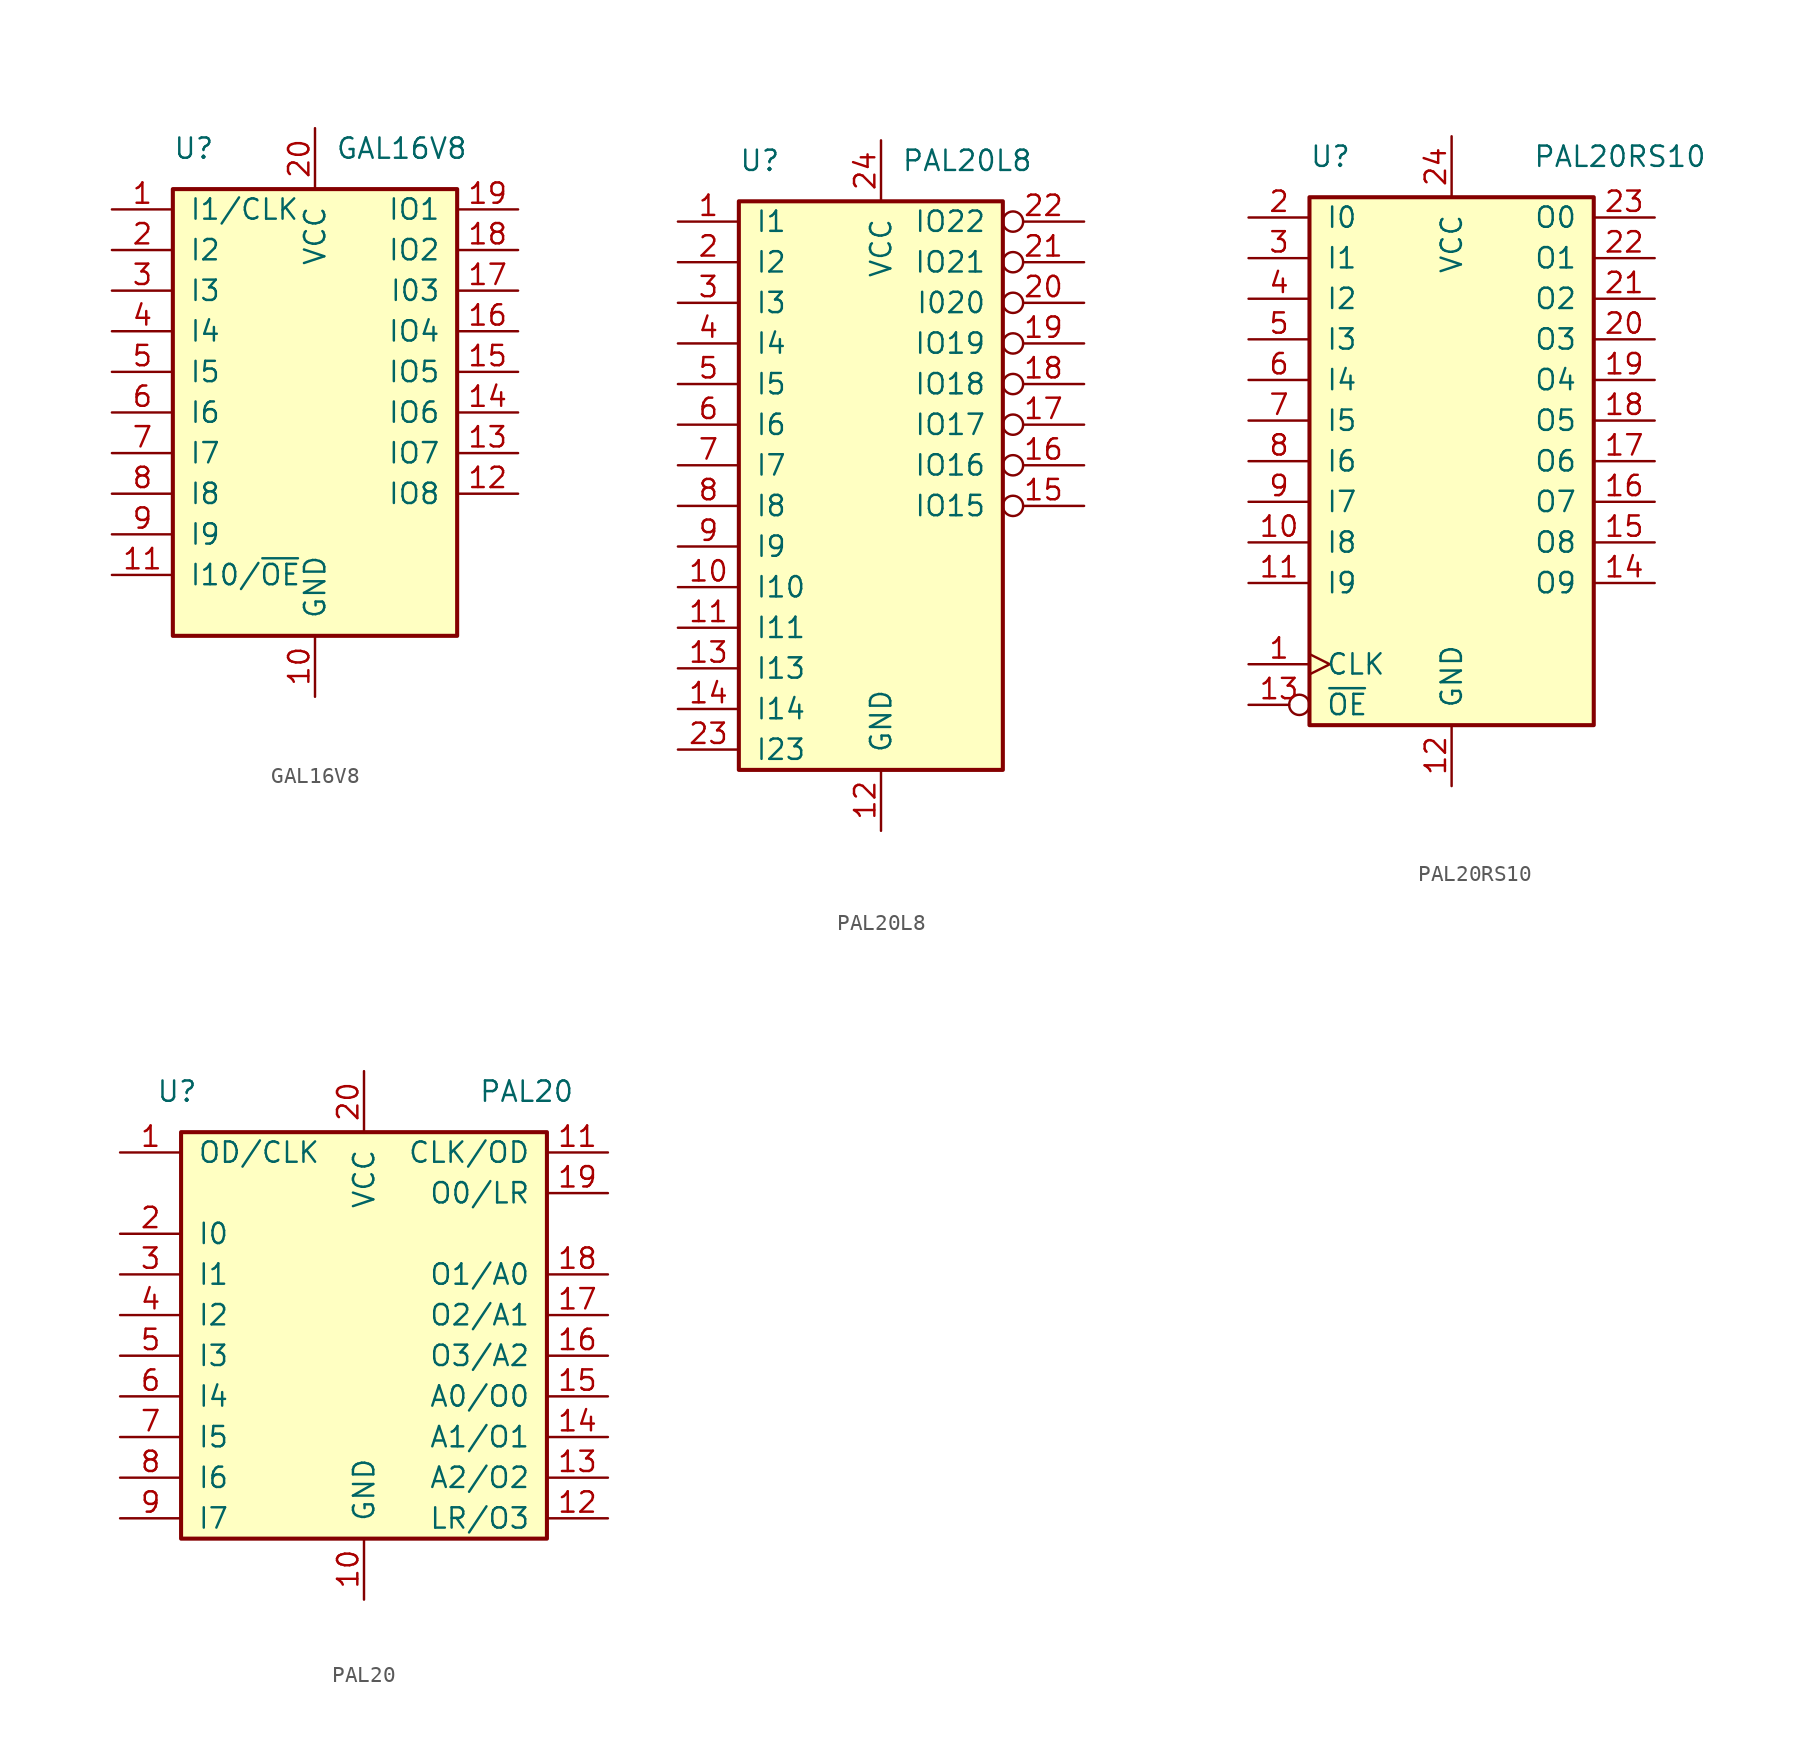
<source format=kicad_sym>
(kicad_symbol_lib
  (version 20201005)
  (generator kicad_symbol_editor)
  (symbol "GAL16V8"
    (pin_names
      (offset 1.016))
    (property "Reference" "U"
      (at -8.89 16.51 0)
      (effects (font (size 1.27 1.27)) (justify left)))
    (property "Value" "GAL16V8"
      (at 1.27 16.51 0)
      (effects (font (size 1.27 1.27)) (justify left)))
    (symbol "GAL16V8_0_0"
      (pin power_in line (at 0 -17.78 90) (length 3.81) (name "GND" (effects (font (size 1.27 1.27)))) (number "10" (effects (font (size 1.27 1.27)))))
      (pin power_in line (at 0 17.78 270) (length 3.81) (name "VCC" (effects (font (size 1.27 1.27)))) (number "20" (effects (font (size 1.27 1.27))))))
    (symbol "GAL16V8_0_1"
      (rectangle (start -8.89 13.97) (end 8.89 -13.97) (stroke (width 0.254)) (fill (type background))))
    (symbol "GAL16V8_1_1"
      (pin input line (at -12.7 12.7 0) (length 3.81) (name "I1/CLK" (effects (font (size 1.27 1.27)))) (number "1" (effects (font (size 1.27 1.27)))))
      (pin input line (at -12.7 10.16 0) (length 3.81) (name "I2" (effects (font (size 1.27 1.27)))) (number "2" (effects (font (size 1.27 1.27)))))
      (pin input line (at -12.7 7.62 0) (length 3.81) (name "I3" (effects (font (size 1.27 1.27)))) (number "3" (effects (font (size 1.27 1.27)))))
      (pin input line (at -12.7 5.08 0) (length 3.81) (name "I4" (effects (font (size 1.27 1.27)))) (number "4" (effects (font (size 1.27 1.27)))))
      (pin input line (at -12.7 2.54 0) (length 3.81) (name "I5" (effects (font (size 1.27 1.27)))) (number "5" (effects (font (size 1.27 1.27)))))
      (pin input line (at -12.7 0 0) (length 3.81) (name "I6" (effects (font (size 1.27 1.27)))) (number "6" (effects (font (size 1.27 1.27)))))
      (pin input line (at -12.7 -2.54 0) (length 3.81) (name "I7" (effects (font (size 1.27 1.27)))) (number "7" (effects (font (size 1.27 1.27)))))
      (pin input line (at -12.7 -5.08 0) (length 3.81) (name "I8" (effects (font (size 1.27 1.27)))) (number "8" (effects (font (size 1.27 1.27)))))
      (pin input line (at -12.7 -7.62 0) (length 3.81) (name "I9" (effects (font (size 1.27 1.27)))) (number "9" (effects (font (size 1.27 1.27)))))
      (pin input line (at -12.7 -10.16 0) (length 3.81) (name "I10/~OE~" (effects (font (size 1.27 1.27)))) (number "11" (effects (font (size 1.27 1.27)))))
      (pin tri_state line (at 12.7 -5.08 180) (length 3.81) (name "IO8" (effects (font (size 1.27 1.27)))) (number "12" (effects (font (size 1.27 1.27)))))
      (pin tri_state line (at 12.7 -2.54 180) (length 3.81) (name "IO7" (effects (font (size 1.27 1.27)))) (number "13" (effects (font (size 1.27 1.27)))))
      (pin tri_state line (at 12.7 0 180) (length 3.81) (name "IO6" (effects (font (size 1.27 1.27)))) (number "14" (effects (font (size 1.27 1.27)))))
      (pin tri_state line (at 12.7 2.54 180) (length 3.81) (name "IO5" (effects (font (size 1.27 1.27)))) (number "15" (effects (font (size 1.27 1.27)))))
      (pin tri_state line (at 12.7 5.08 180) (length 3.81) (name "IO4" (effects (font (size 1.27 1.27)))) (number "16" (effects (font (size 1.27 1.27)))))
      (pin tri_state line (at 12.7 7.62 180) (length 3.81) (name "I03" (effects (font (size 1.27 1.27)))) (number "17" (effects (font (size 1.27 1.27)))))
      (pin tri_state line (at 12.7 10.16 180) (length 3.81) (name "IO2" (effects (font (size 1.27 1.27)))) (number "18" (effects (font (size 1.27 1.27)))))
      (pin tri_state line (at 12.7 12.7 180) (length 3.81) (name "IO1" (effects (font (size 1.27 1.27)))) (number "19" (effects (font (size 1.27 1.27)))))))
  (symbol "PAL20L8"
    (pin_names
      (offset 1.016))
    (property "Reference" "U"
      (at -8.89 21.59 0)
      (effects (font (size 1.27 1.27)) (justify left)))
    (property "Value" "PAL20L8"
      (at 1.27 21.59 0)
      (effects (font (size 1.27 1.27)) (justify left)))
    (symbol "PAL20L8_0_0"
      (pin power_in line (at 0 -20.32 90) (length 3.81) (name "GND" (effects (font (size 1.27 1.27)))) (number "12" (effects (font (size 1.27 1.27)))))
      (pin power_in line (at 0 22.86 270) (length 3.81) (name "VCC" (effects (font (size 1.27 1.27)))) (number "24" (effects (font (size 1.27 1.27))))))
    (symbol "PAL20L8_0_1"
      (rectangle (start -8.89 19.05) (end 7.62 -16.51) (stroke (width 0.254)) (fill (type background))))
    (symbol "PAL20L8_1_1"
      (pin input line (at -12.7 17.78 0) (length 3.81) (name "I1" (effects (font (size 1.27 1.27)))) (number "1" (effects (font (size 1.27 1.27)))))
      (pin input line (at -12.7 15.24 0) (length 3.81) (name "I2" (effects (font (size 1.27 1.27)))) (number "2" (effects (font (size 1.27 1.27)))))
      (pin input line (at -12.7 12.7 0) (length 3.81) (name "I3" (effects (font (size 1.27 1.27)))) (number "3" (effects (font (size 1.27 1.27)))))
      (pin input line (at -12.7 10.16 0) (length 3.81) (name "I4" (effects (font (size 1.27 1.27)))) (number "4" (effects (font (size 1.27 1.27)))))
      (pin input line (at -12.7 7.62 0) (length 3.81) (name "I5" (effects (font (size 1.27 1.27)))) (number "5" (effects (font (size 1.27 1.27)))))
      (pin input line (at -12.7 5.08 0) (length 3.81) (name "I6" (effects (font (size 1.27 1.27)))) (number "6" (effects (font (size 1.27 1.27)))))
      (pin input line (at -12.7 2.54 0) (length 3.81) (name "I7" (effects (font (size 1.27 1.27)))) (number "7" (effects (font (size 1.27 1.27)))))
      (pin input line (at -12.7 0 0) (length 3.81) (name "I8" (effects (font (size 1.27 1.27)))) (number "8" (effects (font (size 1.27 1.27)))))
      (pin input line (at -12.7 -2.54 0) (length 3.81) (name "I9" (effects (font (size 1.27 1.27)))) (number "9" (effects (font (size 1.27 1.27)))))
      (pin input line (at -12.7 -5.08 0) (length 3.81) (name "I10" (effects (font (size 1.27 1.27)))) (number "10" (effects (font (size 1.27 1.27)))))
      (pin tri_state inverted (at 12.7 12.7 180) (length 5.08) (name "I020" (effects (font (size 1.27 1.27)))) (number "20" (effects (font (size 1.27 1.27)))))
      (pin input line (at -12.7 -7.62 0) (length 3.81) (name "I11" (effects (font (size 1.27 1.27)))) (number "11" (effects (font (size 1.27 1.27)))))
      (pin tri_state inverted (at 12.7 15.24 180) (length 5.08) (name "IO21" (effects (font (size 1.27 1.27)))) (number "21" (effects (font (size 1.27 1.27)))))
      (pin tri_state inverted (at 12.7 17.78 180) (length 5.08) (name "IO22" (effects (font (size 1.27 1.27)))) (number "22" (effects (font (size 1.27 1.27)))))
      (pin input line (at -12.7 -10.16 0) (length 3.81) (name "I13" (effects (font (size 1.27 1.27)))) (number "13" (effects (font (size 1.27 1.27)))))
      (pin input line (at -12.7 -15.24 0) (length 3.81) (name "I23" (effects (font (size 1.27 1.27)))) (number "23" (effects (font (size 1.27 1.27)))))
      (pin input line (at -12.7 -12.7 0) (length 3.81) (name "I14" (effects (font (size 1.27 1.27)))) (number "14" (effects (font (size 1.27 1.27)))))
      (pin tri_state inverted (at 12.7 0 180) (length 5.08) (name "IO15" (effects (font (size 1.27 1.27)))) (number "15" (effects (font (size 1.27 1.27)))))
      (pin tri_state inverted (at 12.7 2.54 180) (length 5.08) (name "IO16" (effects (font (size 1.27 1.27)))) (number "16" (effects (font (size 1.27 1.27)))))
      (pin tri_state inverted (at 12.7 5.08 180) (length 5.08) (name "IO17" (effects (font (size 1.27 1.27)))) (number "17" (effects (font (size 1.27 1.27)))))
      (pin tri_state inverted (at 12.7 7.62 180) (length 5.08) (name "IO18" (effects (font (size 1.27 1.27)))) (number "18" (effects (font (size 1.27 1.27)))))
      (pin tri_state inverted (at 12.7 10.16 180) (length 5.08) (name "IO19" (effects (font (size 1.27 1.27)))) (number "19" (effects (font (size 1.27 1.27)))))))
  (symbol "PAL20RS10"
    (pin_names
      (offset 1.016))
    (property "Reference" "U"
      (at -8.89 19.05 0)
      (effects (font (size 1.27 1.27)) (justify left)))
    (property "Value" "PAL20RS10"
      (at 5.08 19.05 0)
      (effects (font (size 1.27 1.27)) (justify left)))
    (symbol "PAL20RS10_0_1"
      (rectangle (start -8.89 -16.51) (end 8.89 16.51) (stroke (width 0.254)) (fill (type background))))
    (symbol "PAL20RS10_1_1"
      (pin input clock (at -12.7 -12.7 0) (length 3.81) (name "CLK" (effects (font (size 1.27 1.27)))) (number "1" (effects (font (size 1.27 1.27)))))
      (pin input line (at -12.7 15.24 0) (length 3.81) (name "I0" (effects (font (size 1.27 1.27)))) (number "2" (effects (font (size 1.27 1.27)))))
      (pin input line (at -12.7 12.7 0) (length 3.81) (name "I1" (effects (font (size 1.27 1.27)))) (number "3" (effects (font (size 1.27 1.27)))))
      (pin input line (at -12.7 10.16 0) (length 3.81) (name "I2" (effects (font (size 1.27 1.27)))) (number "4" (effects (font (size 1.27 1.27)))))
      (pin input line (at -12.7 7.62 0) (length 3.81) (name "I3" (effects (font (size 1.27 1.27)))) (number "5" (effects (font (size 1.27 1.27)))))
      (pin input line (at -12.7 5.08 0) (length 3.81) (name "I4" (effects (font (size 1.27 1.27)))) (number "6" (effects (font (size 1.27 1.27)))))
      (pin input line (at -12.7 2.54 0) (length 3.81) (name "I5" (effects (font (size 1.27 1.27)))) (number "7" (effects (font (size 1.27 1.27)))))
      (pin input line (at -12.7 0 0) (length 3.81) (name "I6" (effects (font (size 1.27 1.27)))) (number "8" (effects (font (size 1.27 1.27)))))
      (pin input line (at -12.7 -2.54 0) (length 3.81) (name "I7" (effects (font (size 1.27 1.27)))) (number "9" (effects (font (size 1.27 1.27)))))
      (pin input line (at -12.7 -5.08 0) (length 3.81) (name "I8" (effects (font (size 1.27 1.27)))) (number "10" (effects (font (size 1.27 1.27)))))
      (pin output line (at 12.7 7.62 180) (length 3.81) (name "O3" (effects (font (size 1.27 1.27)))) (number "20" (effects (font (size 1.27 1.27)))))
      (pin input line (at -12.7 -7.62 0) (length 3.81) (name "I9" (effects (font (size 1.27 1.27)))) (number "11" (effects (font (size 1.27 1.27)))))
      (pin output line (at 12.7 10.16 180) (length 3.81) (name "O2" (effects (font (size 1.27 1.27)))) (number "21" (effects (font (size 1.27 1.27)))))
      (pin power_in line (at 0 -20.32 90) (length 3.81) (name "GND" (effects (font (size 1.27 1.27)))) (number "12" (effects (font (size 1.27 1.27)))))
      (pin output line (at 12.7 12.7 180) (length 3.81) (name "O1" (effects (font (size 1.27 1.27)))) (number "22" (effects (font (size 1.27 1.27)))))
      (pin input inverted (at -12.7 -15.24 0) (length 3.81) (name "~OE~" (effects (font (size 1.27 1.27)))) (number "13" (effects (font (size 1.27 1.27)))))
      (pin output line (at 12.7 15.24 180) (length 3.81) (name "O0" (effects (font (size 1.27 1.27)))) (number "23" (effects (font (size 1.27 1.27)))))
      (pin output line (at 12.7 -7.62 180) (length 3.81) (name "O9" (effects (font (size 1.27 1.27)))) (number "14" (effects (font (size 1.27 1.27)))))
      (pin power_in line (at 0 20.32 270) (length 3.81) (name "VCC" (effects (font (size 1.27 1.27)))) (number "24" (effects (font (size 1.27 1.27)))))
      (pin output line (at 12.7 -5.08 180) (length 3.81) (name "O8" (effects (font (size 1.27 1.27)))) (number "15" (effects (font (size 1.27 1.27)))))
      (pin output line (at 12.7 -2.54 180) (length 3.81) (name "O7" (effects (font (size 1.27 1.27)))) (number "16" (effects (font (size 1.27 1.27)))))
      (pin output line (at 12.7 0 180) (length 3.81) (name "O6" (effects (font (size 1.27 1.27)))) (number "17" (effects (font (size 1.27 1.27)))))
      (pin output line (at 12.7 2.54 180) (length 3.81) (name "O5" (effects (font (size 1.27 1.27)))) (number "18" (effects (font (size 1.27 1.27)))))
      (pin output line (at 12.7 5.08 180) (length 3.81) (name "O4" (effects (font (size 1.27 1.27)))) (number "19" (effects (font (size 1.27 1.27)))))))
  (symbol "PAL20"
    (pin_names
      (offset 1.016))
    (property "Reference" "U"
      (at -11.684 16.51 0)
      (effects (font (size 1.27 1.27))))
    (property "Value" "PAL20"
      (at 10.16 16.51 0)
      (effects (font (size 1.27 1.27))))
    (symbol "PAL20_0_1"
      (rectangle (start -11.43 -11.43) (end 11.43 13.97) (stroke (width 0.254)) (fill (type background))))
    (symbol "PAL20_1_1"
      (pin passive line (at -15.24 12.7 0) (length 3.81) (name "OD/CLK" (effects (font (size 1.27 1.27)))) (number "1" (effects (font (size 1.27 1.27)))))
      (pin passive line (at -15.24 7.62 0) (length 3.81) (name "I0" (effects (font (size 1.27 1.27)))) (number "2" (effects (font (size 1.27 1.27)))))
      (pin passive line (at -15.24 5.08 0) (length 3.81) (name "I1" (effects (font (size 1.27 1.27)))) (number "3" (effects (font (size 1.27 1.27)))))
      (pin passive line (at -15.24 2.54 0) (length 3.81) (name "I2" (effects (font (size 1.27 1.27)))) (number "4" (effects (font (size 1.27 1.27)))))
      (pin passive line (at -15.24 0 0) (length 3.81) (name "I3" (effects (font (size 1.27 1.27)))) (number "5" (effects (font (size 1.27 1.27)))))
      (pin passive line (at -15.24 -2.54 0) (length 3.81) (name "I4" (effects (font (size 1.27 1.27)))) (number "6" (effects (font (size 1.27 1.27)))))
      (pin passive line (at -15.24 -5.08 0) (length 3.81) (name "I5" (effects (font (size 1.27 1.27)))) (number "7" (effects (font (size 1.27 1.27)))))
      (pin passive line (at -15.24 -7.62 0) (length 3.81) (name "I6" (effects (font (size 1.27 1.27)))) (number "8" (effects (font (size 1.27 1.27)))))
      (pin passive line (at -15.24 -10.16 0) (length 3.81) (name "I7" (effects (font (size 1.27 1.27)))) (number "9" (effects (font (size 1.27 1.27)))))
      (pin passive line (at 0 -15.24 90) (length 3.81) (name "GND" (effects (font (size 1.27 1.27)))) (number "10" (effects (font (size 1.27 1.27)))))
      (pin passive line (at 0 17.78 270) (length 3.81) (name "VCC" (effects (font (size 1.27 1.27)))) (number "20" (effects (font (size 1.27 1.27)))))
      (pin passive line (at 15.24 12.7 180) (length 3.81) (name "CLK/OD" (effects (font (size 1.27 1.27)))) (number "11" (effects (font (size 1.27 1.27)))))
      (pin passive line (at 15.24 -10.16 180) (length 3.81) (name "LR/O3" (effects (font (size 1.27 1.27)))) (number "12" (effects (font (size 1.27 1.27)))))
      (pin passive line (at 15.24 -7.62 180) (length 3.81) (name "A2/O2" (effects (font (size 1.27 1.27)))) (number "13" (effects (font (size 1.27 1.27)))))
      (pin passive line (at 15.24 -5.08 180) (length 3.81) (name "A1/O1" (effects (font (size 1.27 1.27)))) (number "14" (effects (font (size 1.27 1.27)))))
      (pin passive line (at 15.24 -2.54 180) (length 3.81) (name "A0/O0" (effects (font (size 1.27 1.27)))) (number "15" (effects (font (size 1.27 1.27)))))
      (pin passive line (at 15.24 0 180) (length 3.81) (name "O3/A2" (effects (font (size 1.27 1.27)))) (number "16" (effects (font (size 1.27 1.27)))))
      (pin passive line (at 15.24 2.54 180) (length 3.81) (name "O2/A1" (effects (font (size 1.27 1.27)))) (number "17" (effects (font (size 1.27 1.27)))))
      (pin passive line (at 15.24 5.08 180) (length 3.81) (name "O1/A0" (effects (font (size 1.27 1.27)))) (number "18" (effects (font (size 1.27 1.27)))))
      (pin passive line (at 15.24 10.16 180) (length 3.81) (name "O0/LR" (effects (font (size 1.27 1.27)))) (number "19" (effects (font (size 1.27 1.27))))))))
</source>
